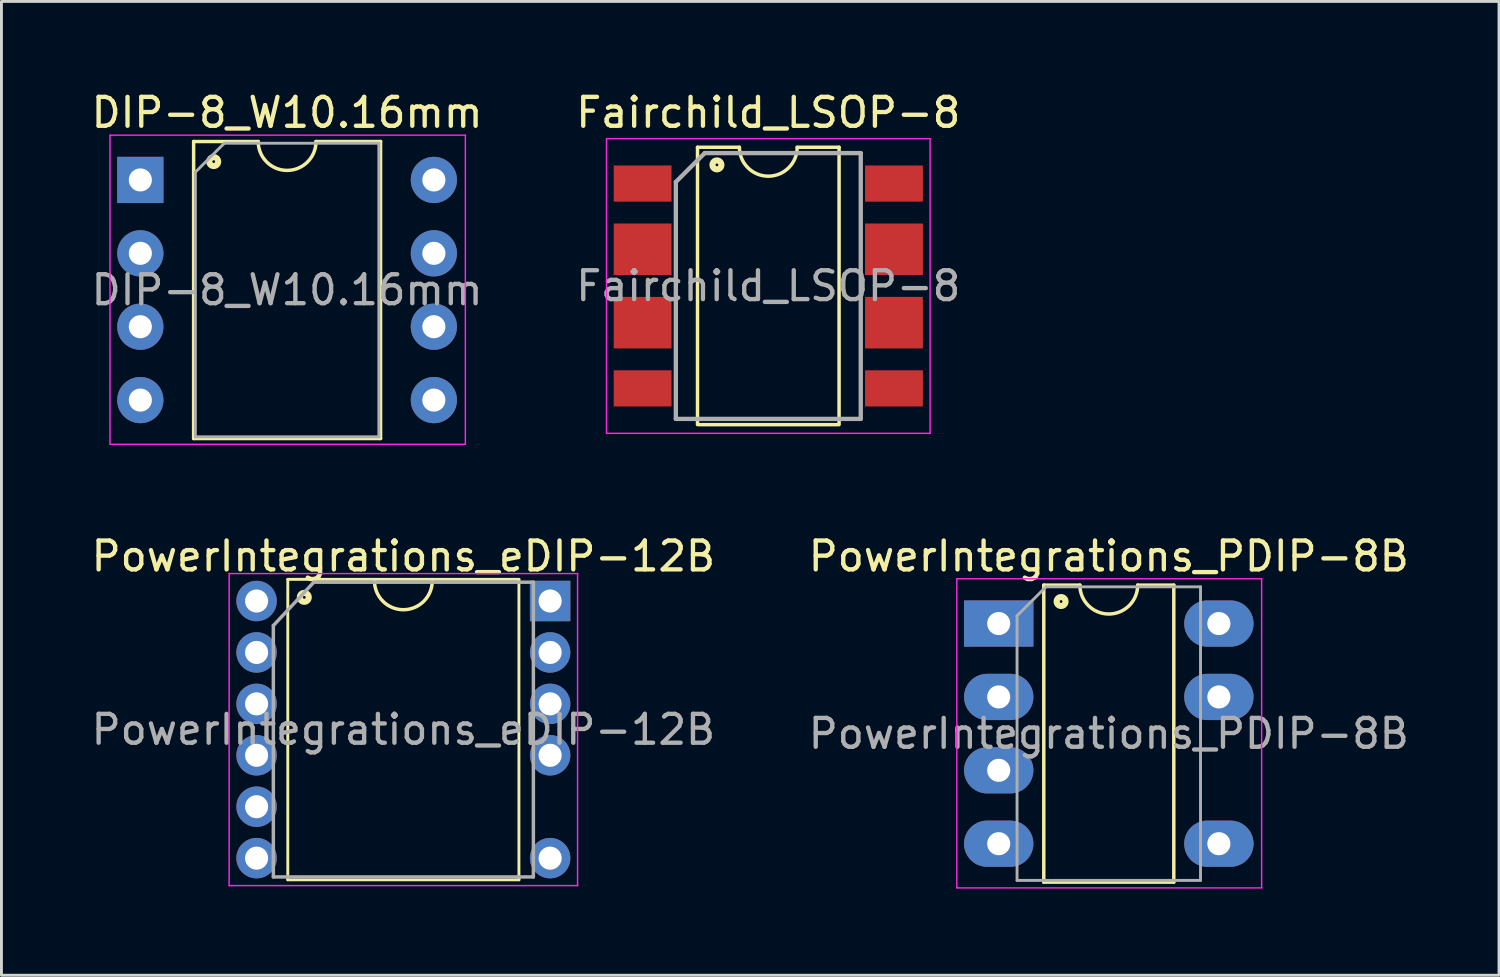
<source format=kicad_pcb>
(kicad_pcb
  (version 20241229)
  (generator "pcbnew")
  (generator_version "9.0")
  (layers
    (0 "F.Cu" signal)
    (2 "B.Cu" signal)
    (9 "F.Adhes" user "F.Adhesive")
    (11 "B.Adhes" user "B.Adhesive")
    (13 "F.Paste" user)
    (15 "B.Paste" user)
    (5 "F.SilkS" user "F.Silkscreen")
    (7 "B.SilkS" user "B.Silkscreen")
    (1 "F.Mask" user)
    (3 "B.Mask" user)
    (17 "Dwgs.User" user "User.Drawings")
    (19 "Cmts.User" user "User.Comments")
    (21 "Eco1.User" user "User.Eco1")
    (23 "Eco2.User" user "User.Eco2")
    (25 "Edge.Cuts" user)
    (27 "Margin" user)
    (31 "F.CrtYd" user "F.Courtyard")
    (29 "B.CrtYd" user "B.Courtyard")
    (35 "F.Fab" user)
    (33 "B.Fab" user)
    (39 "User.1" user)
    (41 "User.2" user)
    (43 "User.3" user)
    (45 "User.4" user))
  (footprint "DIP-8_W10.16mm"
    (layer "F.Cu")
    (at 1.807 3.178)
    (property "Reference" "DIP-8_W10.16mm" (at 5.08 -2.33 0) (layer "F.SilkS") (effects (font (size 1 1) (thickness 0.15))))
    (attr through_hole)
    (fp_line (start 1.845 -1.33) (end 1.845 8.95) (stroke (width 0.12) (type solid)) (layer "F.SilkS"))
    (fp_line (start 1.845 8.95) (end 8.315 8.95) (stroke (width 0.12) (type solid)) (layer "F.SilkS"))
    (fp_line (start 4.08 -1.33) (end 1.845 -1.33) (stroke (width 0.12) (type solid)) (layer "F.SilkS"))
    (fp_line (start 8.315 -1.33) (end 6.08 -1.33) (stroke (width 0.12) (type solid)) (layer "F.SilkS"))
    (fp_line (start 8.315 8.95) (end 8.315 -1.33) (stroke (width 0.12) (type solid)) (layer "F.SilkS"))
    (fp_arc (start 6.08 -1.33) (mid 5.08 -0.33) (end 4.08 -1.33) (stroke (width 0.12) (type solid)) (layer "F.SilkS"))
    (fp_circle (center 2.54 -0.635) (end 2.59 -0.635) (stroke (width 0.12) (type solid)) (fill no) (layer "F.SilkS"))
    (fp_circle (center 2.54 -0.635) (end 2.665 -0.635) (stroke (width 0.12) (type solid)) (fill no) (layer "F.SilkS"))
    (fp_circle (center 2.54 -0.635) (end 2.74 -0.635) (stroke (width 0.12) (type solid)) (fill no) (layer "F.SilkS"))
    (fp_line (start -1.05 -1.55) (end -1.05 9.15) (stroke (width 0.05) (type solid)) (layer "F.CrtYd"))
    (fp_line (start -1.05 9.15) (end 11.25 9.15) (stroke (width 0.05) (type solid)) (layer "F.CrtYd"))
    (fp_line (start 11.25 -1.55) (end -1.05 -1.55) (stroke (width 0.05) (type solid)) (layer "F.CrtYd"))
    (fp_line (start 11.25 9.15) (end 11.25 -1.55) (stroke (width 0.05) (type solid)) (layer "F.CrtYd"))
    (fp_line (start 1.905 -0.27) (end 2.905 -1.27) (stroke (width 0.1) (type solid)) (layer "F.Fab"))
    (fp_line (start 1.905 8.89) (end 1.905 -0.27) (stroke (width 0.1) (type solid)) (layer "F.Fab"))
    (fp_line (start 2.905 -1.27) (end 8.255 -1.27) (stroke (width 0.1) (type solid)) (layer "F.Fab"))
    (fp_line (start 8.255 -1.27) (end 8.255 8.89) (stroke (width 0.1) (type solid)) (layer "F.Fab"))
    (fp_line (start 8.255 8.89) (end 1.905 8.89) (stroke (width 0.1) (type solid)) (layer "F.Fab"))
    (fp_text user "${REFERENCE}" (at 5.08 3.81 0) (layer "F.Fab") (effects (font (size 1 1) (thickness 0.15))))
    (pad "1" thru_hole rect (at 0 0) (size 1.6 1.6) (drill 0.8) (layers "*.Cu" "*.Mask"))
    (pad "2" thru_hole oval (at 0 2.54) (size 1.6 1.6) (drill 0.8) (layers "*.Cu" "*.Mask"))
    (pad "3" thru_hole oval (at 0 5.08) (size 1.6 1.6) (drill 0.8) (layers "*.Cu" "*.Mask"))
    (pad "4" thru_hole oval (at 0 7.62) (size 1.6 1.6) (drill 0.8) (layers "*.Cu" "*.Mask"))
    (pad "5" thru_hole oval (at 10.16 7.62) (size 1.6 1.6) (drill 0.8) (layers "*.Cu" "*.Mask"))
    (pad "6" thru_hole oval (at 10.16 5.08) (size 1.6 1.6) (drill 0.8) (layers "*.Cu" "*.Mask"))
    (pad "7" thru_hole oval (at 10.16 2.54) (size 1.6 1.6) (drill 0.8) (layers "*.Cu" "*.Mask"))
    (pad "8" thru_hole oval (at 10.16 0) (size 1.6 1.6) (drill 0.8) (layers "*.Cu" "*.Mask")))
  (footprint "PowerIntegrations_eDIP-12B"
    (layer "F.Cu")
    (at 15.991 17.752)
    (property "Reference" "PowerIntegrations_eDIP-12B" (at -5.08 -1.55 0) (layer "F.SilkS") (effects (font (size 1 1) (thickness 0.15))))
    (attr through_hole)
    (fp_line (start -9.08 -0.75) (end -9.08 9.65) (stroke (width 0.1) (type solid)) (layer "F.SilkS"))
    (fp_line (start -9.08 9.65) (end -1.08 9.65) (stroke (width 0.1) (type solid)) (layer "F.SilkS"))
    (fp_line (start -1.08 -0.75) (end -9.08 -0.75) (stroke (width 0.1) (type solid)) (layer "F.SilkS"))
    (fp_line (start -1.08 9.65) (end -1.08 -0.75) (stroke (width 0.1) (type solid)) (layer "F.SilkS"))
    (fp_arc (start -4.08 -0.6985) (mid -5.08 0.3015) (end -6.08 -0.6985) (stroke (width 0.12) (type solid)) (layer "F.SilkS"))
    (fp_circle (center -8.509 -0.127) (end -8.459 -0.127) (stroke (width 0.12) (type solid)) (fill no) (layer "F.SilkS"))
    (fp_circle (center -8.509 -0.127) (end -8.384 -0.127) (stroke (width 0.12) (type solid)) (fill no) (layer "F.SilkS"))
    (fp_circle (center -8.509 -0.127) (end -8.309 -0.127) (stroke (width 0.12) (type solid)) (fill no) (layer "F.SilkS"))
    (fp_line (start -11.11 -0.95) (end -11.11 9.85) (stroke (width 0.05) (type solid)) (layer "F.CrtYd"))
    (fp_line (start -11.11 -0.95) (end 0.95 -0.95) (stroke (width 0.05) (type solid)) (layer "F.CrtYd"))
    (fp_line (start 0.95 9.85) (end -11.11 9.85) (stroke (width 0.05) (type solid)) (layer "F.CrtYd"))
    (fp_line (start 0.95 9.85) (end 0.95 -0.95) (stroke (width 0.05) (type solid)) (layer "F.CrtYd"))
    (fp_line (start -9.58 0.85) (end -9.58 9.55) (stroke (width 0.12) (type solid)) (layer "F.Fab"))
    (fp_line (start -9.58 9.55) (end -0.58 9.55) (stroke (width 0.12) (type solid)) (layer "F.Fab"))
    (fp_line (start -8.18 -0.65) (end -9.58 0.85) (stroke (width 0.12) (type solid)) (layer "F.Fab"))
    (fp_line (start -0.58 -0.65) (end -8.18 -0.65) (stroke (width 0.12) (type solid)) (layer "F.Fab"))
    (fp_line (start -0.58 9.55) (end -0.58 -0.65) (stroke (width 0.12) (type solid)) (layer "F.Fab"))
    (fp_text user "${REFERENCE}" (at -5.08 4.45 0) (layer "F.Fab") (effects (font (size 1 1) (thickness 0.15))))
    (pad "1" thru_hole rect (at 0 0) (size 1.4 1.4) (drill 0.8) (layers "*.Cu" "*.Mask"))
    (pad "2" thru_hole oval (at 0 1.78) (size 1.4 1.4) (drill 0.8) (layers "*.Cu" "*.Mask"))
    (pad "3" thru_hole oval (at 0 3.56) (size 1.4 1.4) (drill 0.8) (layers "*.Cu" "*.Mask"))
    (pad "4" thru_hole oval (at 0 5.34) (size 1.4 1.4) (drill 0.8) (layers "*.Cu" "*.Mask"))
    (pad "6" thru_hole oval (at 0 8.9) (size 1.4 1.4) (drill 0.8) (layers "*.Cu" "*.Mask"))
    (pad "7" thru_hole oval (at -10.16 8.9) (size 1.4 1.4) (drill 0.8) (layers "*.Cu" "*.Mask"))
    (pad "8" thru_hole oval (at -10.16 7.12) (size 1.4 1.4) (drill 0.8) (layers "*.Cu" "*.Mask"))
    (pad "9" thru_hole oval (at -10.16 5.34) (size 1.4 1.4) (drill 0.8) (layers "*.Cu" "*.Mask"))
    (pad "10" thru_hole oval (at -10.16 3.56) (size 1.4 1.4) (drill 0.8) (layers "*.Cu" "*.Mask"))
    (pad "11" thru_hole oval (at -10.16 1.78) (size 1.4 1.4) (drill 0.8) (layers "*.Cu" "*.Mask"))
    (pad "12" thru_hole circle (at -10.16 0) (size 1.4 1.4) (drill 0.8) (layers "*.Cu" "*.Mask")))
  (footprint "Fairchild_LSOP-8"
    (layer "F.Cu")
    (at 23.542 6.848)
    (property "Reference" "Fairchild_LSOP-8" (at 0 -6 0) (layer "F.SilkS") (effects (font (size 1 1) (thickness 0.15))))
    (attr smd)
    (fp_line (start -2.45 -4.8) (end -2.45 4.8) (stroke (width 0.12) (type solid)) (layer "F.SilkS"))
    (fp_line (start -2.4 4.8) (end 2.4 4.8) (stroke (width 0.12) (type solid)) (layer "F.SilkS"))
    (fp_line (start -1 -4.8) (end -2.45 -4.8) (stroke (width 0.12) (type solid)) (layer "F.SilkS"))
    (fp_line (start 2.45 -4.8) (end 1 -4.8) (stroke (width 0.12) (type solid)) (layer "F.SilkS"))
    (fp_line (start 2.45 4.8) (end 2.45 -4.8) (stroke (width 0.12) (type solid)) (layer "F.SilkS"))
    (fp_arc (start 1 -4.8) (mid 0 -3.8) (end -1 -4.8) (stroke (width 0.12) (type solid)) (layer "F.SilkS"))
    (fp_circle (center -1.778 -4.191) (end -1.728 -4.191) (stroke (width 0.12) (type solid)) (fill no) (layer "F.SilkS"))
    (fp_circle (center -1.778 -4.191) (end -1.653 -4.191) (stroke (width 0.12) (type solid)) (fill no) (layer "F.SilkS"))
    (fp_circle (center -1.778 -4.191) (end -1.578 -4.191) (stroke (width 0.12) (type solid)) (fill no) (layer "F.SilkS"))
    (fp_line (start -5.6 -5.1) (end -5.6 5.1) (stroke (width 0.05) (type solid)) (layer "F.CrtYd"))
    (fp_line (start -5.6 -5.1) (end 5.6 -5.1) (stroke (width 0.05) (type solid)) (layer "F.CrtYd"))
    (fp_line (start -5.6 5.1) (end 5.6 5.1) (stroke (width 0.05) (type solid)) (layer "F.CrtYd"))
    (fp_line (start 5.6 -5.1) (end 5.6 5.1) (stroke (width 0.05) (type solid)) (layer "F.CrtYd"))
    (fp_line (start -3.2 4.6) (end -3.2 -3.6) (stroke (width 0.15) (type solid)) (layer "F.Fab"))
    (fp_line (start -2.2 -4.6) (end -3.2 -3.6) (stroke (width 0.15) (type solid)) (layer "F.Fab"))
    (fp_line (start -2.2 -4.6) (end 3.2 -4.6) (stroke (width 0.15) (type solid)) (layer "F.Fab"))
    (fp_line (start 3.2 -4.6) (end 3.2 4.6) (stroke (width 0.15) (type solid)) (layer "F.Fab"))
    (fp_line (start 3.2 4.6) (end -3.2 4.6) (stroke (width 0.15) (type solid)) (layer "F.Fab"))
    (fp_text user "${REFERENCE}" (at 0 0 0) (layer "F.Fab") (effects (font (size 1 1) (thickness 0.15))))
    (pad "1" smd rect (at -4.35 -3.81) (size 2 1.252) (drill (offset 0 0.266)) (layers "F.Cu" "F.Mask" "F.Paste"))
    (pad "2" smd rect (at -4.35 -1.27) (size 2 1.784) (layers "F.Cu" "F.Mask" "F.Paste"))
    (pad "3" smd rect (at -4.35 1.27) (size 2 1.784) (layers "F.Cu" "F.Mask" "F.Paste"))
    (pad "4" smd rect (at -4.35 3.81) (size 2 1.252) (drill (offset 0 -0.266)) (layers "F.Cu" "F.Mask" "F.Paste"))
    (pad "5" smd rect (at 4.35 3.81) (size 2 1.252) (drill (offset 0 -0.266)) (layers "F.Cu" "F.Mask" "F.Paste"))
    (pad "6" smd rect (at 4.35 1.27) (size 2 1.784) (layers "F.Cu" "F.Mask" "F.Paste"))
    (pad "7" smd rect (at 4.35 -1.27) (size 2 1.784) (layers "F.Cu" "F.Mask" "F.Paste"))
    (pad "8" smd rect (at 4.35 -3.81) (size 2 1.252) (drill (offset 0 0.266)) (layers "F.Cu" "F.Mask" "F.Paste")))
  (footprint "PowerIntegrations_PDIP-8B"
    (layer "F.Cu")
    (at 31.517 18.532)
    (property "Reference" "PowerIntegrations_PDIP-8B" (at 3.81 -2.33 0) (layer "F.SilkS") (effects (font (size 1 1) (thickness 0.15))))
    (attr through_hole)
    (fp_line (start 1.56 -1.33) (end 1.56 8.95) (stroke (width 0.12) (type solid)) (layer "F.SilkS"))
    (fp_line (start 1.56 8.95) (end 6.06 8.95) (stroke (width 0.12) (type solid)) (layer "F.SilkS"))
    (fp_line (start 2.81 -1.33) (end 1.56 -1.33) (stroke (width 0.12) (type solid)) (layer "F.SilkS"))
    (fp_line (start 6.06 -1.33) (end 4.81 -1.33) (stroke (width 0.12) (type solid)) (layer "F.SilkS"))
    (fp_line (start 6.06 8.95) (end 6.06 -1.33) (stroke (width 0.12) (type solid)) (layer "F.SilkS"))
    (fp_arc (start 4.81 -1.33) (mid 3.81 -0.33) (end 2.81 -1.33) (stroke (width 0.12) (type solid)) (layer "F.SilkS"))
    (fp_circle (center 2.159 -0.762) (end 2.209 -0.762) (stroke (width 0.12) (type solid)) (fill no) (layer "F.SilkS"))
    (fp_circle (center 2.159 -0.762) (end 2.284 -0.762) (stroke (width 0.12) (type solid)) (fill no) (layer "F.SilkS"))
    (fp_circle (center 2.159 -0.762) (end 2.359 -0.762) (stroke (width 0.12) (type solid)) (fill no) (layer "F.SilkS"))
    (fp_line (start -1.45 -1.55) (end -1.45 9.15) (stroke (width 0.05) (type solid)) (layer "F.CrtYd"))
    (fp_line (start -1.45 9.15) (end 9.1 9.15) (stroke (width 0.05) (type solid)) (layer "F.CrtYd"))
    (fp_line (start 9.1 -1.55) (end -1.45 -1.55) (stroke (width 0.05) (type solid)) (layer "F.CrtYd"))
    (fp_line (start 9.1 9.15) (end 9.1 -1.55) (stroke (width 0.05) (type solid)) (layer "F.CrtYd"))
    (fp_line (start 0.635 -0.27) (end 1.635 -1.27) (stroke (width 0.1) (type solid)) (layer "F.Fab"))
    (fp_line (start 0.635 8.89) (end 0.635 -0.27) (stroke (width 0.1) (type solid)) (layer "F.Fab"))
    (fp_line (start 1.635 -1.27) (end 6.985 -1.27) (stroke (width 0.1) (type solid)) (layer "F.Fab"))
    (fp_line (start 6.985 -1.27) (end 6.985 8.89) (stroke (width 0.1) (type solid)) (layer "F.Fab"))
    (fp_line (start 6.985 8.89) (end 0.635 8.89) (stroke (width 0.1) (type solid)) (layer "F.Fab"))
    (fp_text user "${REFERENCE}" (at 3.81 3.81 0) (layer "F.Fab") (effects (font (size 1 1) (thickness 0.15))))
    (pad "1" thru_hole rect (at 0 0) (size 2.4 1.6) (drill 0.8) (layers "*.Cu" "*.Mask"))
    (pad "2" thru_hole oval (at 0 2.54) (size 2.4 1.6) (drill 0.8) (layers "*.Cu" "*.Mask"))
    (pad "3" thru_hole oval (at 0 5.08) (size 2.4 1.6) (drill 0.8) (layers "*.Cu" "*.Mask"))
    (pad "4" thru_hole oval (at 0 7.62) (size 2.4 1.6) (drill 0.8) (layers "*.Cu" "*.Mask"))
    (pad "5" thru_hole oval (at 7.62 7.62) (size 2.4 1.6) (drill 0.8) (layers "*.Cu" "*.Mask"))
    (pad "7" thru_hole oval (at 7.62 2.54) (size 2.4 1.6) (drill 0.8) (layers "*.Cu" "*.Mask"))
    (pad "8" thru_hole oval (at 7.62 0) (size 2.4 1.6) (drill 0.8) (layers "*.Cu" "*.Mask")))
  (gr_rect
    (start -3 -3)
    (end 48.833 30.706)
    (stroke (width 0.1) (type default))
    (fill no)
    (layer "Edge.Cuts")))
</source>
